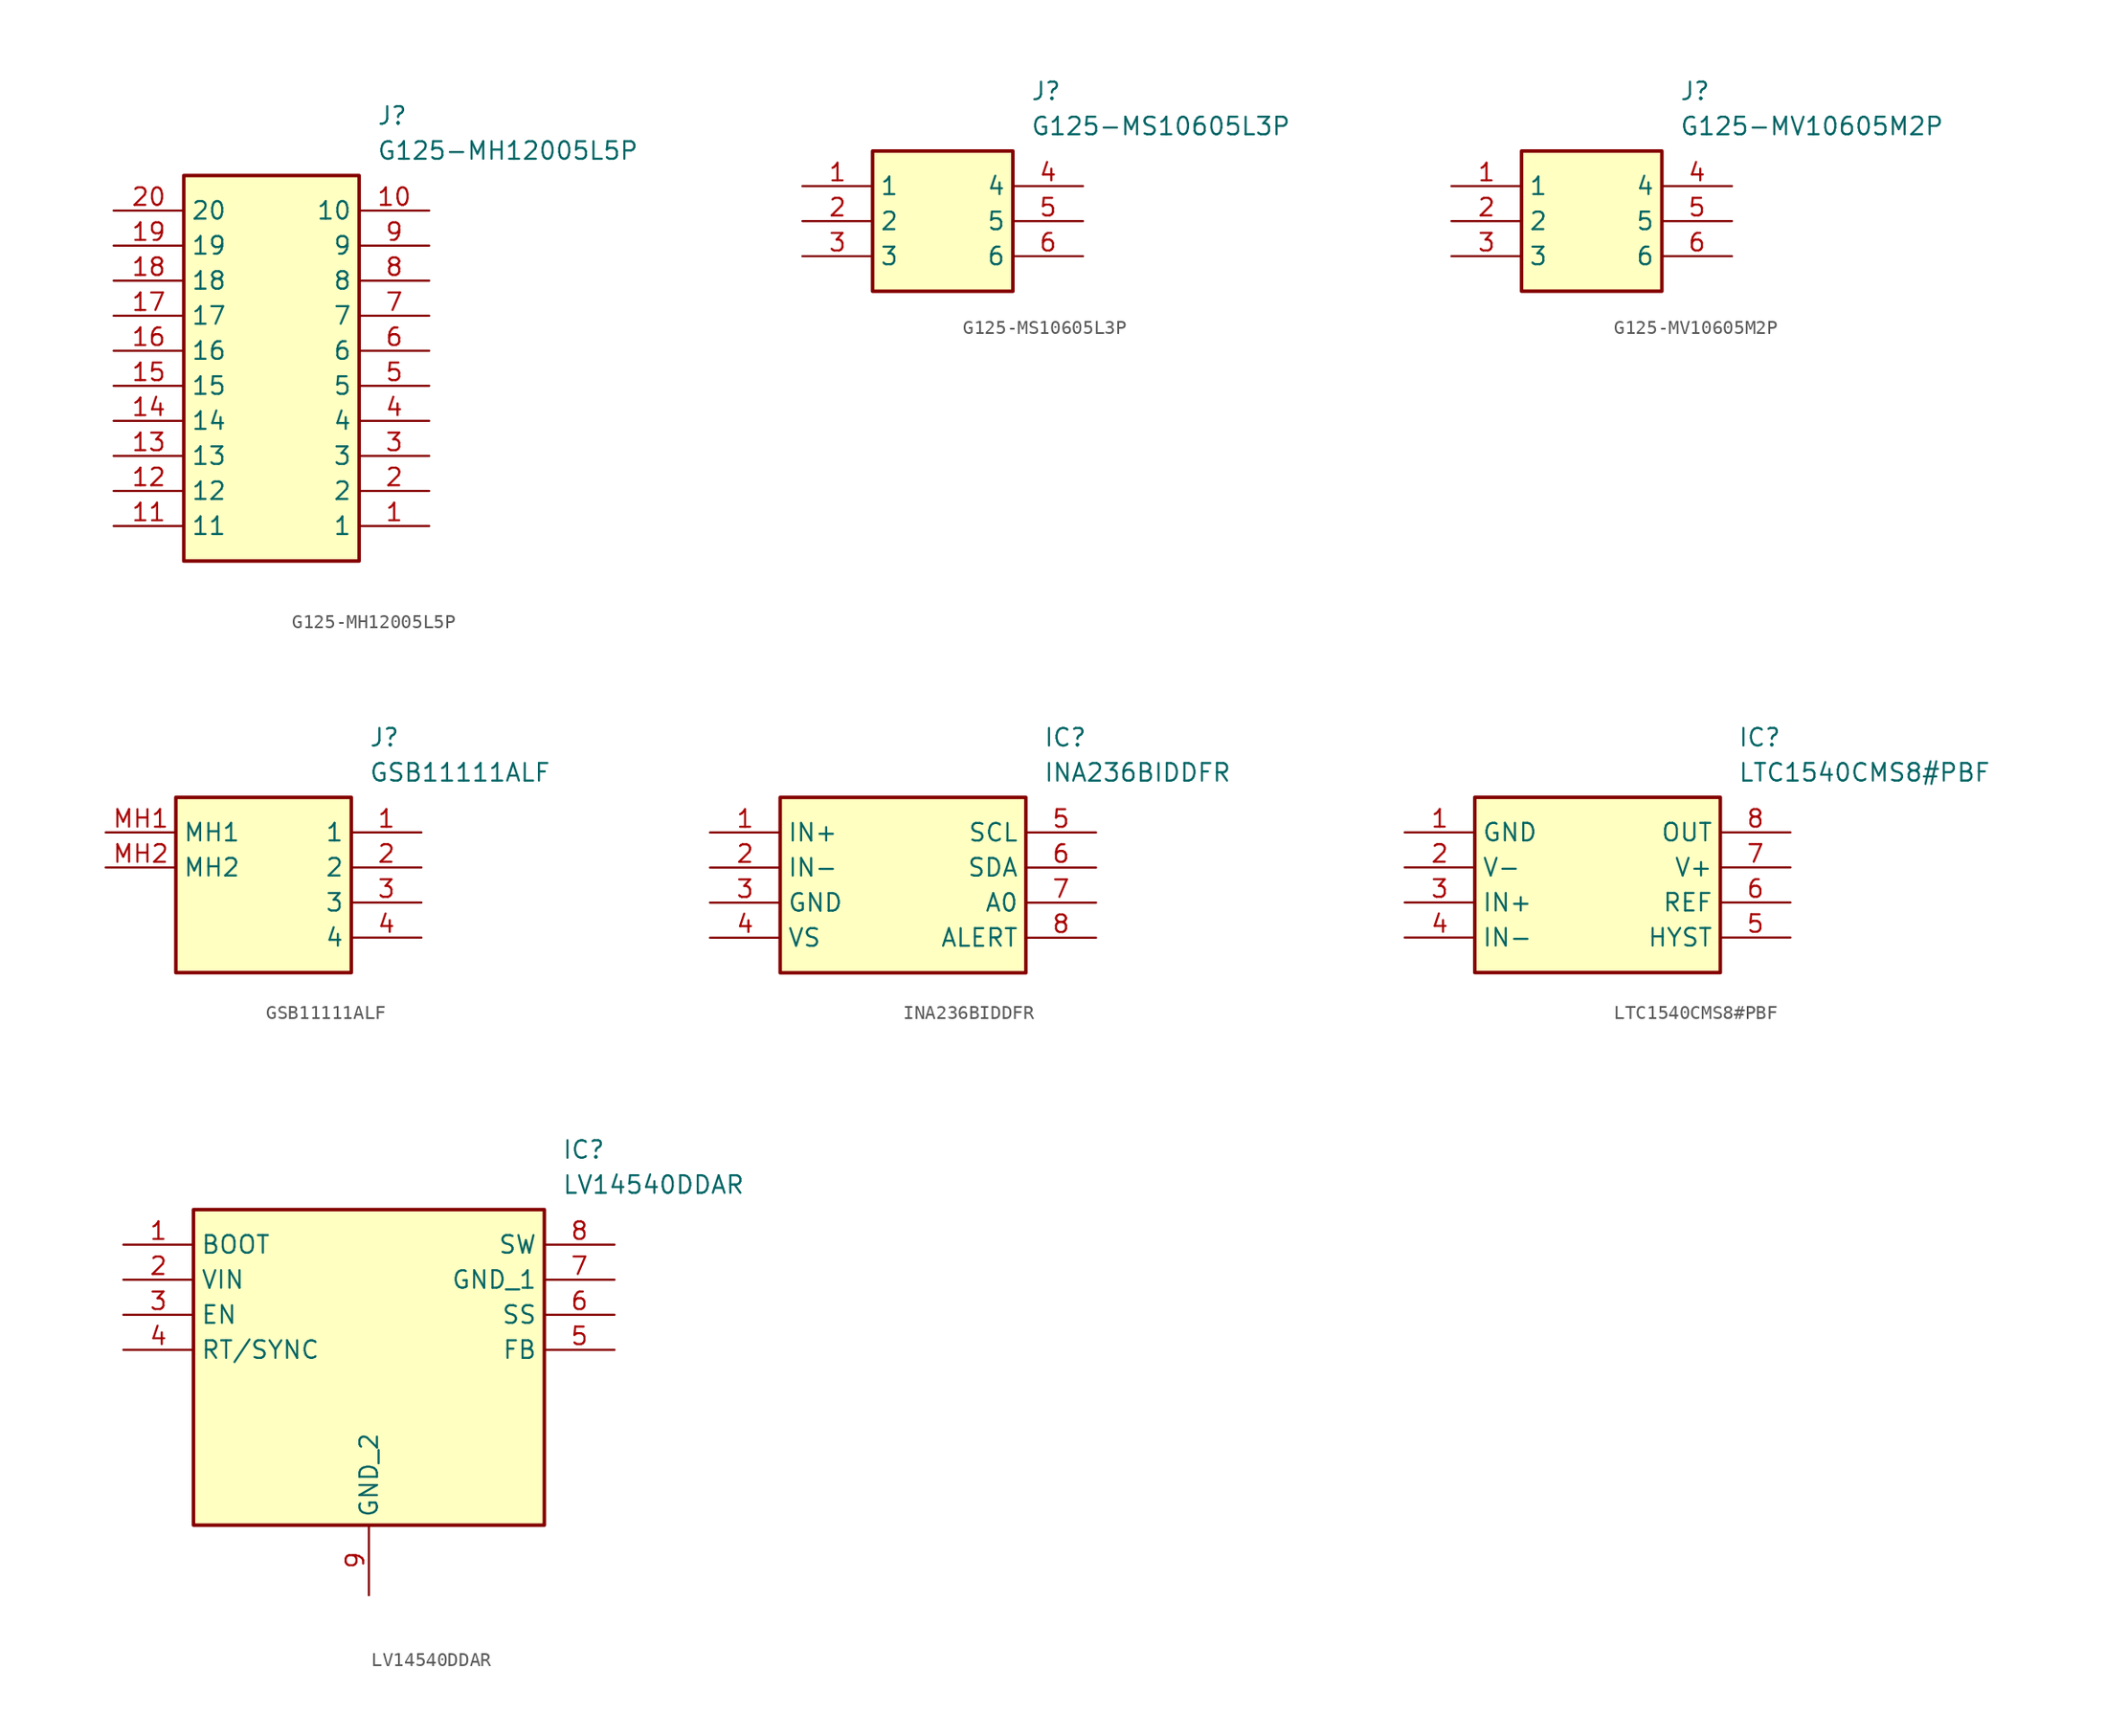
<source format=kicad_sym>
(kicad_symbol_lib
  (version 20220914)
  (generator SamacSys_ECAD_Model)
  (symbol "G125-MH12005L5P"
    (property "Reference" "J"
      (at 19.05 7.62 0)
      (effects (font (size 1.27 1.27)) (justify left top)))
    (property "Value" "G125-MH12005L5P"
      (at 19.05 5.08 0)
      (effects (font (size 1.27 1.27)) (justify left top)))
    (rectangle
      (start 5.08 2.54)
      (end 17.78 -25.4)
      (stroke (width 0.254) (type default))
      (fill (type background)))
    (pin passive line
      (at 22.86 -22.86 180)
      (length 5.08)
      (name "1" (effects (font (size 1.27 1.27))))
      (number "1" (effects (font (size 1.27 1.27)))))
    (pin passive line
      (at 22.86 -20.32 180)
      (length 5.08)
      (name "2" (effects (font (size 1.27 1.27))))
      (number "2" (effects (font (size 1.27 1.27)))))
    (pin passive line
      (at 22.86 -17.78 180)
      (length 5.08)
      (name "3" (effects (font (size 1.27 1.27))))
      (number "3" (effects (font (size 1.27 1.27)))))
    (pin passive line
      (at 22.86 -15.24 180)
      (length 5.08)
      (name "4" (effects (font (size 1.27 1.27))))
      (number "4" (effects (font (size 1.27 1.27)))))
    (pin passive line
      (at 22.86 -12.7 180)
      (length 5.08)
      (name "5" (effects (font (size 1.27 1.27))))
      (number "5" (effects (font (size 1.27 1.27)))))
    (pin passive line
      (at 22.86 -10.16 180)
      (length 5.08)
      (name "6" (effects (font (size 1.27 1.27))))
      (number "6" (effects (font (size 1.27 1.27)))))
    (pin passive line
      (at 22.86 -7.62 180)
      (length 5.08)
      (name "7" (effects (font (size 1.27 1.27))))
      (number "7" (effects (font (size 1.27 1.27)))))
    (pin passive line
      (at 22.86 -5.08 180)
      (length 5.08)
      (name "8" (effects (font (size 1.27 1.27))))
      (number "8" (effects (font (size 1.27 1.27)))))
    (pin passive line
      (at 22.86 -2.54 180)
      (length 5.08)
      (name "9" (effects (font (size 1.27 1.27))))
      (number "9" (effects (font (size 1.27 1.27)))))
    (pin passive line
      (at 22.86 0 180)
      (length 5.08)
      (name "10" (effects (font (size 1.27 1.27))))
      (number "10" (effects (font (size 1.27 1.27)))))
    (pin passive line
      (at 0 -22.86 0)
      (length 5.08)
      (name "11" (effects (font (size 1.27 1.27))))
      (number "11" (effects (font (size 1.27 1.27)))))
    (pin passive line
      (at 0 -20.32 0)
      (length 5.08)
      (name "12" (effects (font (size 1.27 1.27))))
      (number "12" (effects (font (size 1.27 1.27)))))
    (pin passive line
      (at 0 -17.78 0)
      (length 5.08)
      (name "13" (effects (font (size 1.27 1.27))))
      (number "13" (effects (font (size 1.27 1.27)))))
    (pin passive line
      (at 0 -15.24 0)
      (length 5.08)
      (name "14" (effects (font (size 1.27 1.27))))
      (number "14" (effects (font (size 1.27 1.27)))))
    (pin passive line
      (at 0 -12.7 0)
      (length 5.08)
      (name "15" (effects (font (size 1.27 1.27))))
      (number "15" (effects (font (size 1.27 1.27)))))
    (pin passive line
      (at 0 -10.16 0)
      (length 5.08)
      (name "16" (effects (font (size 1.27 1.27))))
      (number "16" (effects (font (size 1.27 1.27)))))
    (pin passive line
      (at 0 -7.62 0)
      (length 5.08)
      (name "17" (effects (font (size 1.27 1.27))))
      (number "17" (effects (font (size 1.27 1.27)))))
    (pin passive line
      (at 0 -5.08 0)
      (length 5.08)
      (name "18" (effects (font (size 1.27 1.27))))
      (number "18" (effects (font (size 1.27 1.27)))))
    (pin passive line
      (at 0 -2.54 0)
      (length 5.08)
      (name "19" (effects (font (size 1.27 1.27))))
      (number "19" (effects (font (size 1.27 1.27)))))
    (pin passive line
      (at 0 0 0)
      (length 5.08)
      (name "20" (effects (font (size 1.27 1.27))))
      (number "20" (effects (font (size 1.27 1.27))))))
  (symbol "G125-MS10605L3P"
    (property "Reference" "J"
      (at 16.51 7.62 0)
      (effects (font (size 1.27 1.27)) (justify left top)))
    (property "Value" "G125-MS10605L3P"
      (at 16.51 5.08 0)
      (effects (font (size 1.27 1.27)) (justify left top)))
    (rectangle
      (start 5.08 2.54)
      (end 15.24 -7.62)
      (stroke (width 0.254) (type default))
      (fill (type background)))
    (pin passive line
      (at 0 0 0)
      (length 5.08)
      (name "1" (effects (font (size 1.27 1.27))))
      (number "1" (effects (font (size 1.27 1.27)))))
    (pin passive line
      (at 0 -2.54 0)
      (length 5.08)
      (name "2" (effects (font (size 1.27 1.27))))
      (number "2" (effects (font (size 1.27 1.27)))))
    (pin passive line
      (at 0 -5.08 0)
      (length 5.08)
      (name "3" (effects (font (size 1.27 1.27))))
      (number "3" (effects (font (size 1.27 1.27)))))
    (pin passive line
      (at 20.32 0 180)
      (length 5.08)
      (name "4" (effects (font (size 1.27 1.27))))
      (number "4" (effects (font (size 1.27 1.27)))))
    (pin passive line
      (at 20.32 -2.54 180)
      (length 5.08)
      (name "5" (effects (font (size 1.27 1.27))))
      (number "5" (effects (font (size 1.27 1.27)))))
    (pin passive line
      (at 20.32 -5.08 180)
      (length 5.08)
      (name "6" (effects (font (size 1.27 1.27))))
      (number "6" (effects (font (size 1.27 1.27))))))
  (symbol "G125-MV10605M2P"
    (property "Reference" "J"
      (at 16.51 7.62 0)
      (effects (font (size 1.27 1.27)) (justify left top)))
    (property "Value" "G125-MV10605M2P"
      (at 16.51 5.08 0)
      (effects (font (size 1.27 1.27)) (justify left top)))
    (rectangle
      (start 5.08 2.54)
      (end 15.24 -7.62)
      (stroke (width 0.254) (type default))
      (fill (type background)))
    (pin passive line
      (at 0 0 0)
      (length 5.08)
      (name "1" (effects (font (size 1.27 1.27))))
      (number "1" (effects (font (size 1.27 1.27)))))
    (pin passive line
      (at 0 -2.54 0)
      (length 5.08)
      (name "2" (effects (font (size 1.27 1.27))))
      (number "2" (effects (font (size 1.27 1.27)))))
    (pin passive line
      (at 0 -5.08 0)
      (length 5.08)
      (name "3" (effects (font (size 1.27 1.27))))
      (number "3" (effects (font (size 1.27 1.27)))))
    (pin passive line
      (at 20.32 0 180)
      (length 5.08)
      (name "4" (effects (font (size 1.27 1.27))))
      (number "4" (effects (font (size 1.27 1.27)))))
    (pin passive line
      (at 20.32 -2.54 180)
      (length 5.08)
      (name "5" (effects (font (size 1.27 1.27))))
      (number "5" (effects (font (size 1.27 1.27)))))
    (pin passive line
      (at 20.32 -5.08 180)
      (length 5.08)
      (name "6" (effects (font (size 1.27 1.27))))
      (number "6" (effects (font (size 1.27 1.27))))))
  (symbol "GSB11111ALF"
    (property "Reference" "J"
      (at 19.05 7.62 0)
      (effects (font (size 1.27 1.27)) (justify left top)))
    (property "Value" "GSB11111ALF"
      (at 19.05 5.08 0)
      (effects (font (size 1.27 1.27)) (justify left top)))
    (rectangle
      (start 5.08 2.54)
      (end 17.78 -10.16)
      (stroke (width 0.254) (type default))
      (fill (type background)))
    (pin passive line
      (at 22.86 0 180)
      (length 5.08)
      (name "1" (effects (font (size 1.27 1.27))))
      (number "1" (effects (font (size 1.27 1.27)))))
    (pin passive line
      (at 22.86 -2.54 180)
      (length 5.08)
      (name "2" (effects (font (size 1.27 1.27))))
      (number "2" (effects (font (size 1.27 1.27)))))
    (pin passive line
      (at 22.86 -5.08 180)
      (length 5.08)
      (name "3" (effects (font (size 1.27 1.27))))
      (number "3" (effects (font (size 1.27 1.27)))))
    (pin passive line
      (at 22.86 -7.62 180)
      (length 5.08)
      (name "4" (effects (font (size 1.27 1.27))))
      (number "4" (effects (font (size 1.27 1.27)))))
    (pin passive line
      (at 0 0 0)
      (length 5.08)
      (name "MH1" (effects (font (size 1.27 1.27))))
      (number "MH1" (effects (font (size 1.27 1.27)))))
    (pin passive line
      (at 0 -2.54 0)
      (length 5.08)
      (name "MH2" (effects (font (size 1.27 1.27))))
      (number "MH2" (effects (font (size 1.27 1.27))))))
  (symbol "INA236BIDDFR"
    (property "Reference" "IC"
      (at 24.13 7.62 0)
      (effects (font (size 1.27 1.27)) (justify left top)))
    (property "Value" "INA236BIDDFR"
      (at 24.13 5.08 0)
      (effects (font (size 1.27 1.27)) (justify left top)))
    (rectangle
      (start 5.08 2.54)
      (end 22.86 -10.16)
      (stroke (width 0.254) (type default))
      (fill (type background)))
    (pin passive line
      (at 0 0 0)
      (length 5.08)
      (name "IN+" (effects (font (size 1.27 1.27))))
      (number "1" (effects (font (size 1.27 1.27)))))
    (pin passive line
      (at 0 -2.54 0)
      (length 5.08)
      (name "IN-" (effects (font (size 1.27 1.27))))
      (number "2" (effects (font (size 1.27 1.27)))))
    (pin passive line
      (at 0 -5.08 0)
      (length 5.08)
      (name "GND" (effects (font (size 1.27 1.27))))
      (number "3" (effects (font (size 1.27 1.27)))))
    (pin passive line
      (at 0 -7.62 0)
      (length 5.08)
      (name "VS" (effects (font (size 1.27 1.27))))
      (number "4" (effects (font (size 1.27 1.27)))))
    (pin passive line
      (at 27.94 0 180)
      (length 5.08)
      (name "SCL" (effects (font (size 1.27 1.27))))
      (number "5" (effects (font (size 1.27 1.27)))))
    (pin passive line
      (at 27.94 -2.54 180)
      (length 5.08)
      (name "SDA" (effects (font (size 1.27 1.27))))
      (number "6" (effects (font (size 1.27 1.27)))))
    (pin passive line
      (at 27.94 -5.08 180)
      (length 5.08)
      (name "A0" (effects (font (size 1.27 1.27))))
      (number "7" (effects (font (size 1.27 1.27)))))
    (pin passive line
      (at 27.94 -7.62 180)
      (length 5.08)
      (name "ALERT" (effects (font (size 1.27 1.27))))
      (number "8" (effects (font (size 1.27 1.27))))))
  (symbol "LTC1540CMS8#PBF"
    (property "Reference" "IC"
      (at 24.13 7.62 0)
      (effects (font (size 1.27 1.27)) (justify left top)))
    (property "Value" "LTC1540CMS8#PBF"
      (at 24.13 5.08 0)
      (effects (font (size 1.27 1.27)) (justify left top)))
    (rectangle
      (start 5.08 2.54)
      (end 22.86 -10.16)
      (stroke (width 0.254) (type default))
      (fill (type background)))
    (pin passive line
      (at 0 0 0)
      (length 5.08)
      (name "GND" (effects (font (size 1.27 1.27))))
      (number "1" (effects (font (size 1.27 1.27)))))
    (pin passive line
      (at 0 -2.54 0)
      (length 5.08)
      (name "V-" (effects (font (size 1.27 1.27))))
      (number "2" (effects (font (size 1.27 1.27)))))
    (pin passive line
      (at 0 -5.08 0)
      (length 5.08)
      (name "IN+" (effects (font (size 1.27 1.27))))
      (number "3" (effects (font (size 1.27 1.27)))))
    (pin passive line
      (at 0 -7.62 0)
      (length 5.08)
      (name "IN-" (effects (font (size 1.27 1.27))))
      (number "4" (effects (font (size 1.27 1.27)))))
    (pin passive line
      (at 27.94 0 180)
      (length 5.08)
      (name "OUT" (effects (font (size 1.27 1.27))))
      (number "8" (effects (font (size 1.27 1.27)))))
    (pin passive line
      (at 27.94 -2.54 180)
      (length 5.08)
      (name "V+" (effects (font (size 1.27 1.27))))
      (number "7" (effects (font (size 1.27 1.27)))))
    (pin passive line
      (at 27.94 -5.08 180)
      (length 5.08)
      (name "REF" (effects (font (size 1.27 1.27))))
      (number "6" (effects (font (size 1.27 1.27)))))
    (pin passive line
      (at 27.94 -7.62 180)
      (length 5.08)
      (name "HYST" (effects (font (size 1.27 1.27))))
      (number "5" (effects (font (size 1.27 1.27))))))
  (symbol "LV14540DDAR"
    (property "Reference" "IC"
      (at 31.75 7.62 0)
      (effects (font (size 1.27 1.27)) (justify left top)))
    (property "Value" "LV14540DDAR"
      (at 31.75 5.08 0)
      (effects (font (size 1.27 1.27)) (justify left top)))
    (rectangle
      (start 5.08 2.54)
      (end 30.48 -20.32)
      (stroke (width 0.254) (type default))
      (fill (type background)))
    (pin passive line
      (at 0 0 0)
      (length 5.08)
      (name "BOOT" (effects (font (size 1.27 1.27))))
      (number "1" (effects (font (size 1.27 1.27)))))
    (pin passive line
      (at 0 -2.54 0)
      (length 5.08)
      (name "VIN" (effects (font (size 1.27 1.27))))
      (number "2" (effects (font (size 1.27 1.27)))))
    (pin passive line
      (at 0 -5.08 0)
      (length 5.08)
      (name "EN" (effects (font (size 1.27 1.27))))
      (number "3" (effects (font (size 1.27 1.27)))))
    (pin passive line
      (at 0 -7.62 0)
      (length 5.08)
      (name "RT/SYNC" (effects (font (size 1.27 1.27))))
      (number "4" (effects (font (size 1.27 1.27)))))
    (pin passive line
      (at 17.78 -25.4 90)
      (length 5.08)
      (name "GND_2" (effects (font (size 1.27 1.27))))
      (number "9" (effects (font (size 1.27 1.27)))))
    (pin passive line
      (at 35.56 0 180)
      (length 5.08)
      (name "SW" (effects (font (size 1.27 1.27))))
      (number "8" (effects (font (size 1.27 1.27)))))
    (pin passive line
      (at 35.56 -2.54 180)
      (length 5.08)
      (name "GND_1" (effects (font (size 1.27 1.27))))
      (number "7" (effects (font (size 1.27 1.27)))))
    (pin passive line
      (at 35.56 -5.08 180)
      (length 5.08)
      (name "SS" (effects (font (size 1.27 1.27))))
      (number "6" (effects (font (size 1.27 1.27)))))
    (pin passive line
      (at 35.56 -7.62 180)
      (length 5.08)
      (name "FB" (effects (font (size 1.27 1.27))))
      (number "5" (effects (font (size 1.27 1.27)))))))
</source>
